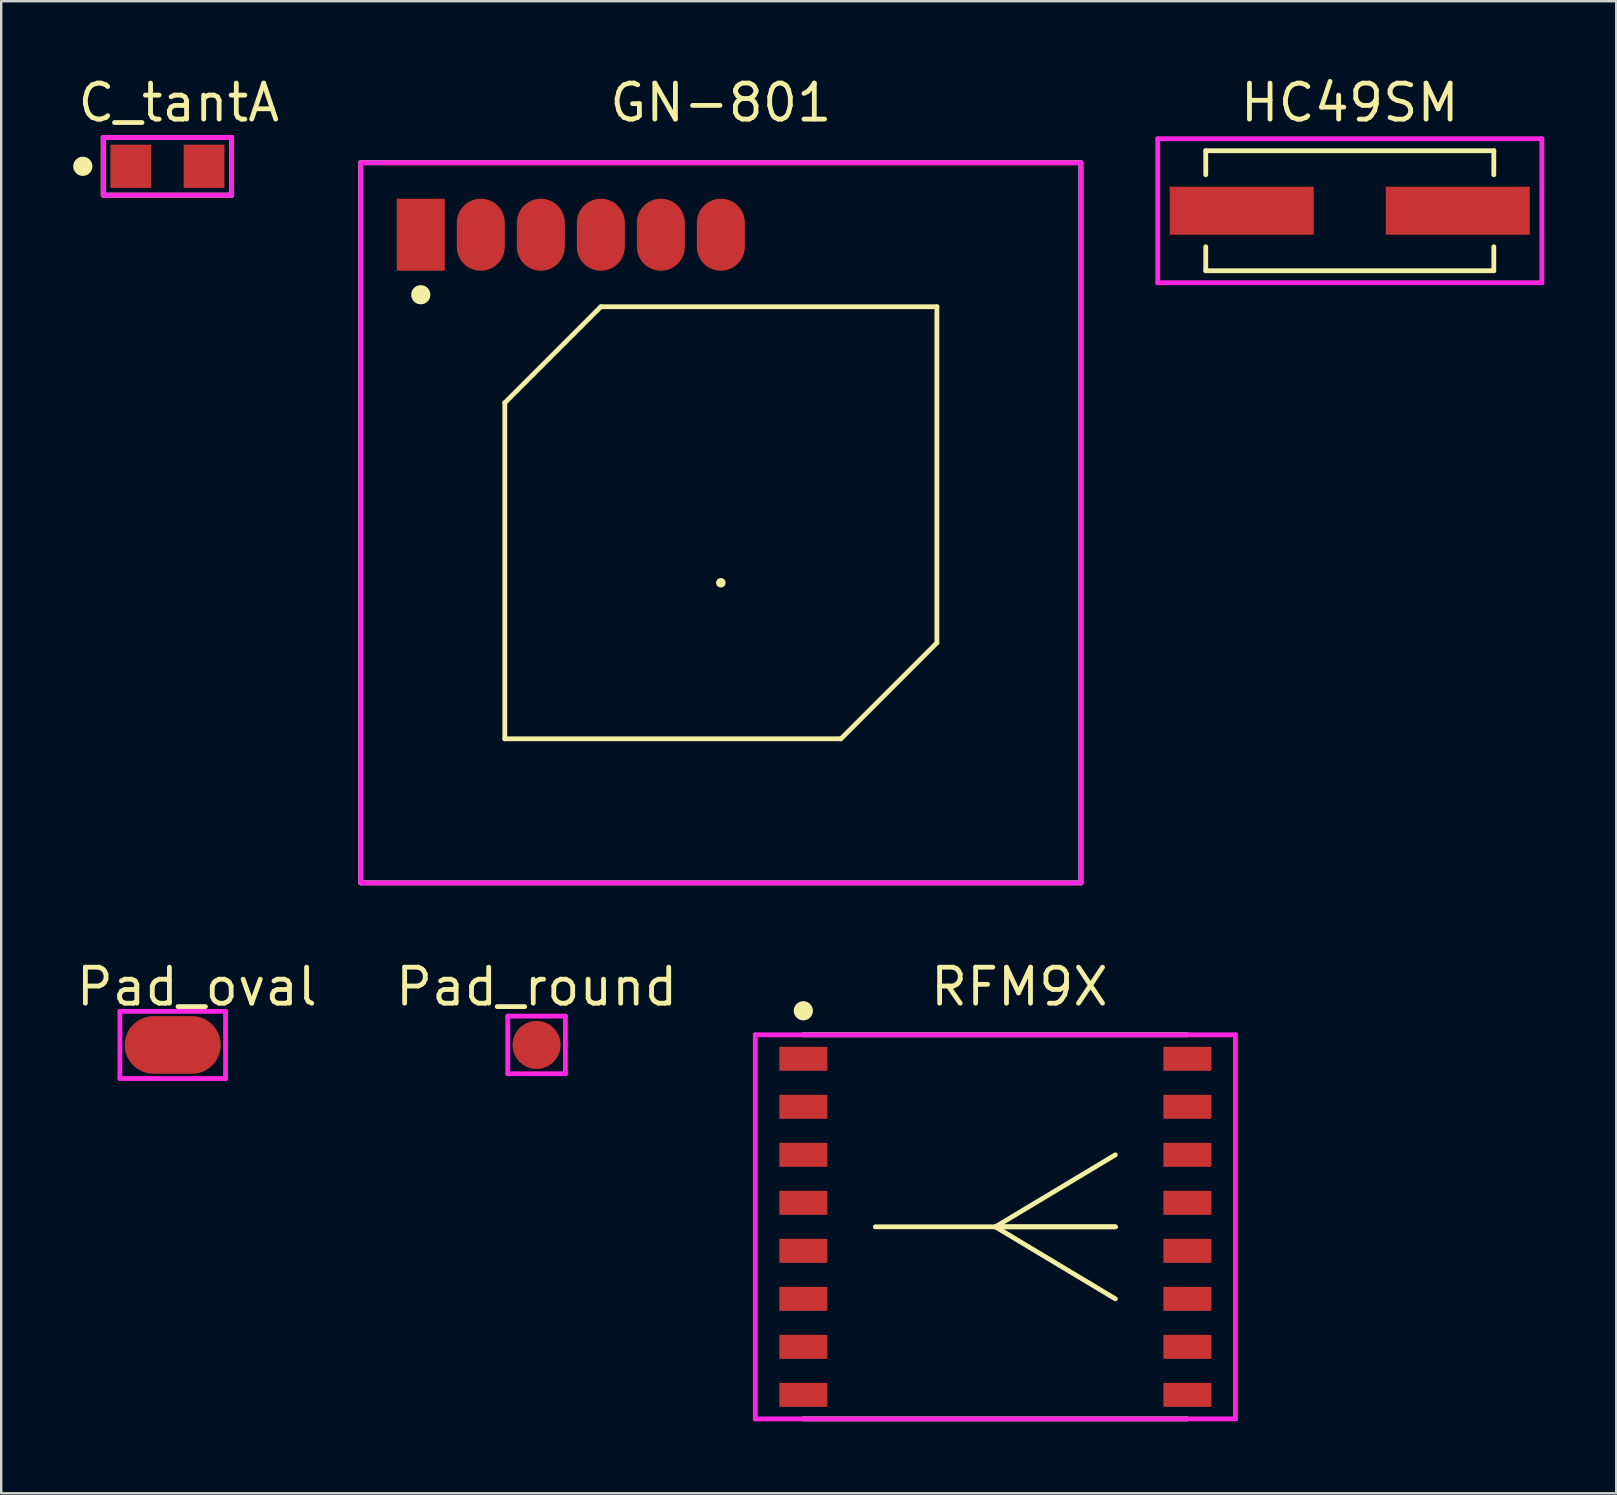
<source format=kicad_pcb>
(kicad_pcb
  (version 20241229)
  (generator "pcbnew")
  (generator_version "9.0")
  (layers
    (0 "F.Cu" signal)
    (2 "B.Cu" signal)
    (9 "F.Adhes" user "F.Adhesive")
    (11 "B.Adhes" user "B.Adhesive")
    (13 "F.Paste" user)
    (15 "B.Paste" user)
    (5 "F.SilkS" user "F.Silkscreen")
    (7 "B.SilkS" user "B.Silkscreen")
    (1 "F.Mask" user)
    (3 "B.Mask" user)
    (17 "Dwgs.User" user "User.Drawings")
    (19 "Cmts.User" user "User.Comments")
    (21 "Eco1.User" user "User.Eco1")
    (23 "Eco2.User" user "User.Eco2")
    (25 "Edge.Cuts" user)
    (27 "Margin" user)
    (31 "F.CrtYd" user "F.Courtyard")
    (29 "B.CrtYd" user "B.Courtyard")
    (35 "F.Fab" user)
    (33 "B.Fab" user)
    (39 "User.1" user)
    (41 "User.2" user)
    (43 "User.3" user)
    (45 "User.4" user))
  (footprint "GN-801"
    (layer "F.Cu")
    (at 11.979 3.728)
    (property "Reference" "GN-801" (at 15 -2.5 0) (layer "F.SilkS") (effects (font (size 1.5 1.5) (thickness 0.2))))
    (attr through_hole)
    (fp_line (start 0 0) (end 30 0) (stroke (width 0.2) (type solid)) (layer "F.SilkS"))
    (fp_line (start 0 30) (end 0 0) (stroke (width 0.2) (type solid)) (layer "F.SilkS"))
    (fp_line (start 6 10) (end 10 6) (stroke (width 0.2) (type solid)) (layer "F.SilkS"))
    (fp_line (start 6 24) (end 6 10) (stroke (width 0.2) (type solid)) (layer "F.SilkS"))
    (fp_line (start 10 6) (end 24 6) (stroke (width 0.2) (type solid)) (layer "F.SilkS"))
    (fp_line (start 20 24) (end 6 24) (stroke (width 0.2) (type solid)) (layer "F.SilkS"))
    (fp_line (start 24 6) (end 24 20) (stroke (width 0.2) (type solid)) (layer "F.SilkS"))
    (fp_line (start 24 20) (end 20 24) (stroke (width 0.2) (type solid)) (layer "F.SilkS"))
    (fp_line (start 30 0) (end 30 30) (stroke (width 0.2) (type solid)) (layer "F.SilkS"))
    (fp_line (start 30 30) (end 0 30) (stroke (width 0.2) (type solid)) (layer "F.SilkS"))
    (fp_circle (center 2.5 5.5) (end 2.7 5.5) (stroke (width 0.4) (type solid)) (fill no) (layer "F.SilkS"))
    (fp_circle (center 15 17.5) (end 15.1 17.5) (stroke (width 0.2) (type solid)) (fill no) (layer "F.SilkS"))
    (fp_line (start 0 0) (end 30 0) (stroke (width 0.2) (type solid)) (layer "F.CrtYd"))
    (fp_line (start 0 30) (end 0 0) (stroke (width 0.2) (type solid)) (layer "F.CrtYd"))
    (fp_line (start 30 0) (end 30 30) (stroke (width 0.2) (type solid)) (layer "F.CrtYd"))
    (fp_line (start 30 30) (end 0 30) (stroke (width 0.2) (type solid)) (layer "F.CrtYd"))
    (pad "1" smd rect (at 2.5 3) (size 2 3) (layers "F.Cu" "F.Mask" "F.Paste"))
    (pad "2" smd oval (at 5 3) (size 2 3) (layers "F.Cu" "F.Mask" "F.Paste"))
    (pad "3" smd oval (at 7.5 3) (size 2 3) (layers "F.Cu" "F.Mask" "F.Paste"))
    (pad "4" smd oval (at 10 3) (size 2 3) (layers "F.Cu" "F.Mask" "F.Paste"))
    (pad "5" smd oval (at 12.5 3) (size 2 3) (layers "F.Cu" "F.Mask" "F.Paste"))
    (pad "6" smd oval (at 15 3) (size 2 3) (layers "F.Cu" "F.Mask" "F.Paste")))
  (footprint "Pad_oval"
    (layer "F.Cu")
    (at 5.145 40.48)
    (property "Reference" "Pad_oval" (at 0.005 -2.423 0) (layer "F.SilkS") (effects (font (size 1.5 1.5) (thickness 0.2))))
    (attr through_hole)
    (fp_line (start -3.2 -1.4) (end 1.2 -1.4) (stroke (width 0.2) (type solid)) (layer "F.CrtYd"))
    (fp_line (start -3.2 1.4) (end -3.2 -1.4) (stroke (width 0.2) (type solid)) (layer "F.CrtYd"))
    (fp_line (start 1.2 -1.4) (end 1.2 1.4) (stroke (width 0.2) (type solid)) (layer "F.CrtYd"))
    (fp_line (start 1.2 1.4) (end -3.2 1.4) (stroke (width 0.2) (type solid)) (layer "F.CrtYd"))
    (pad "1" smd oval (at 0 0) (size 4 2.4) (drill (offset -1 0)) (layers "F.Cu" "F.Mask" "F.Paste")))
  (footprint "RFM9X"
    (layer "F.Cu")
    (at 30.414 41.057)
    (property "Reference" "RFM9X" (at 9 -3 0) (layer "F.SilkS") (effects (font (size 1.5 1.5) (thickness 0.2))))
    (attr through_hole)
    (fp_line (start 0 -1) (end 16 -1) (stroke (width 0.2) (type solid)) (layer "F.SilkS"))
    (fp_line (start 3 7) (end 13 7) (stroke (width 0.2) (type solid)) (layer "F.SilkS"))
    (fp_line (start 8 7) (end 13 4) (stroke (width 0.2) (type solid)) (layer "F.SilkS"))
    (fp_line (start 8 7) (end 13 10) (stroke (width 0.2) (type solid)) (layer "F.SilkS"))
    (fp_line (start 13 7) (end 8 7) (stroke (width 0.2) (type solid)) (layer "F.SilkS"))
    (fp_line (start 16 15) (end 0 15) (stroke (width 0.2) (type solid)) (layer "F.SilkS"))
    (fp_circle (center 0 -2) (end 0.2 -2) (stroke (width 0.4) (type solid)) (fill no) (layer "F.SilkS"))
    (fp_line (start -2 -1) (end 18 -1) (stroke (width 0.2) (type solid)) (layer "F.CrtYd"))
    (fp_line (start -2 15) (end -2 -1) (stroke (width 0.2) (type solid)) (layer "F.CrtYd"))
    (fp_line (start 18 -1) (end 18 15) (stroke (width 0.2) (type solid)) (layer "F.CrtYd"))
    (fp_line (start 18 15) (end -2 15) (stroke (width 0.2) (type solid)) (layer "F.CrtYd"))
    (pad "1" smd rect (at 0 0) (size 2 1) (layers "F.Cu" "F.Mask" "F.Paste"))
    (pad "2" smd rect (at 0 2) (size 2 1) (layers "F.Cu" "F.Mask" "F.Paste"))
    (pad "3" smd rect (at 0 4) (size 2 1) (layers "F.Cu" "F.Mask" "F.Paste"))
    (pad "4" smd rect (at 0 6) (size 2 1) (layers "F.Cu" "F.Mask" "F.Paste"))
    (pad "5" smd rect (at 0 8) (size 2 1) (layers "F.Cu" "F.Mask" "F.Paste"))
    (pad "6" smd rect (at 0 10) (size 2 1) (layers "F.Cu" "F.Mask" "F.Paste"))
    (pad "7" smd rect (at 0 12) (size 2 1) (layers "F.Cu" "F.Mask" "F.Paste"))
    (pad "8" smd rect (at 0 14) (size 2 1) (layers "F.Cu" "F.Mask" "F.Paste"))
    (pad "9" smd rect (at 16 14) (size 2 1) (layers "F.Cu" "F.Mask" "F.Paste"))
    (pad "10" smd rect (at 16 12) (size 2 1) (layers "F.Cu" "F.Mask" "F.Paste"))
    (pad "11" smd rect (at 16 10) (size 2 1) (layers "F.Cu" "F.Mask" "F.Paste"))
    (pad "12" smd rect (at 16 8) (size 2 1) (layers "F.Cu" "F.Mask" "F.Paste"))
    (pad "13" smd rect (at 16 6) (size 2 1) (layers "F.Cu" "F.Mask" "F.Paste"))
    (pad "14" smd rect (at 16 4) (size 2 1) (layers "F.Cu" "F.Mask" "F.Paste"))
    (pad "15" smd rect (at 16 2) (size 2 1) (layers "F.Cu" "F.Mask" "F.Paste"))
    (pad "16" smd rect (at 16 0) (size 2 1) (layers "F.Cu" "F.Mask" "F.Paste")))
  (footprint "C_tantA"
    (layer "F.Cu")
    (at 2.4 3.878)
    (property "Reference" "C_tantA" (at 2 -2.65 0) (layer "F.SilkS") (effects (font (size 1.5 1.5) (thickness 0.2))))
    (attr through_hole)
    (fp_line (start -1.15 -1.2) (end 4.2 -1.2) (stroke (width 0.2) (type solid)) (layer "F.SilkS"))
    (fp_line (start -1.15 1.2) (end -1.15 -1.2) (stroke (width 0.2) (type solid)) (layer "F.SilkS"))
    (fp_line (start 4.2 -1.2) (end 4.2 1.2) (stroke (width 0.2) (type solid)) (layer "F.SilkS"))
    (fp_line (start 4.2 1.2) (end -1.15 1.2) (stroke (width 0.2) (type solid)) (layer "F.SilkS"))
    (fp_circle (center -2 0) (end -1.8 0) (stroke (width 0.4) (type solid)) (fill no) (layer "F.SilkS"))
    (fp_line (start -1.15 -1.2) (end 4.2 -1.2) (stroke (width 0.2) (type solid)) (layer "F.CrtYd"))
    (fp_line (start -1.15 1.2) (end -1.15 -1.2) (stroke (width 0.2) (type solid)) (layer "F.CrtYd"))
    (fp_line (start 4.2 -1.2) (end 4.2 1.2) (stroke (width 0.2) (type solid)) (layer "F.CrtYd"))
    (fp_line (start 4.2 1.2) (end -1.15 1.2) (stroke (width 0.2) (type solid)) (layer "F.CrtYd"))
    (pad "1" smd rect (at 0 0) (size 1.7 1.8) (layers "F.Cu" "F.Mask" "F.Paste"))
    (pad "2" smd rect (at 3.05 0) (size 1.7 1.8) (layers "F.Cu" "F.Mask" "F.Paste")))
  (footprint "HC49SM"
    (layer "F.Cu")
    (at 48.679 5.729)
    (property "Reference" "HC49SM" (at 4.5 -4.5 0) (layer "F.SilkS") (effects (font (size 1.5 1.5) (thickness 0.2))))
    (attr through_hole)
    (fp_line (start -1.5 -2.5) (end 10.5 -2.5) (stroke (width 0.2) (type solid)) (layer "F.SilkS"))
    (fp_line (start -1.5 -1.5) (end -1.5 -2.5) (stroke (width 0.2) (type solid)) (layer "F.SilkS"))
    (fp_line (start -1.5 2.5) (end -1.5 1.5) (stroke (width 0.2) (type solid)) (layer "F.SilkS"))
    (fp_line (start 10.5 -2.5) (end 10.5 -1.5) (stroke (width 0.2) (type solid)) (layer "F.SilkS"))
    (fp_line (start 10.5 2.5) (end -1.5 2.5) (stroke (width 0.2) (type solid)) (layer "F.SilkS"))
    (fp_line (start 10.5 2.5) (end 10.5 1.5) (stroke (width 0.2) (type solid)) (layer "F.SilkS"))
    (fp_line (start -3.5 -3) (end 12.5 -3) (stroke (width 0.2) (type solid)) (layer "F.CrtYd"))
    (fp_line (start -3.5 3) (end -3.5 -3) (stroke (width 0.2) (type solid)) (layer "F.CrtYd"))
    (fp_line (start 12.5 -3) (end 12.5 3) (stroke (width 0.2) (type solid)) (layer "F.CrtYd"))
    (fp_line (start 12.5 3) (end -3.5 3) (stroke (width 0.2) (type solid)) (layer "F.CrtYd"))
    (pad "1" smd rect (at 0 0) (size 6 2) (layers "F.Cu" "F.Mask" "F.Paste"))
    (pad "2" smd rect (at 9 0) (size 6 2) (layers "F.Cu" "F.Mask" "F.Paste")))
  (footprint "Pad_round"
    (layer "F.Cu")
    (at 19.302 40.48)
    (property "Reference" "Pad_round" (at 0.005 -2.423 0) (layer "F.SilkS") (effects (font (size 1.5 1.5) (thickness 0.2))))
    (attr through_hole)
    (fp_line (start -1.2 -1.2) (end 1.2 -1.2) (stroke (width 0.2) (type solid)) (layer "F.CrtYd"))
    (fp_line (start -1.2 1.2) (end -1.2 -1.2) (stroke (width 0.2) (type solid)) (layer "F.CrtYd"))
    (fp_line (start 1.2 -1.2) (end 1.2 1.2) (stroke (width 0.2) (type solid)) (layer "F.CrtYd"))
    (fp_line (start 1.2 1.2) (end -1.2 1.2) (stroke (width 0.2) (type solid)) (layer "F.CrtYd"))
    (pad "1" smd circle (at 0 0) (size 2 2) (layers "F.Cu" "F.Mask" "F.Paste")))
  (gr_rect
    (start -3 -3)
    (end 64.279 59.157)
    (stroke (width 0.1) (type default))
    (fill no)
    (layer "Edge.Cuts")))
</source>
